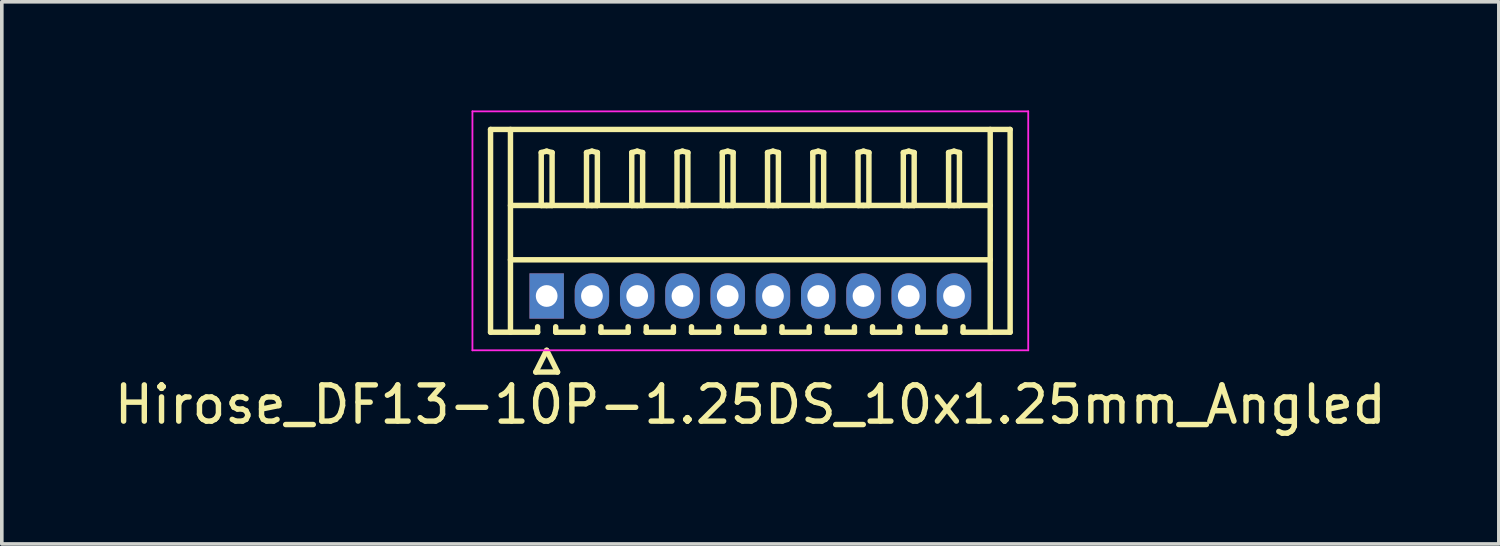
<source format=kicad_pcb>
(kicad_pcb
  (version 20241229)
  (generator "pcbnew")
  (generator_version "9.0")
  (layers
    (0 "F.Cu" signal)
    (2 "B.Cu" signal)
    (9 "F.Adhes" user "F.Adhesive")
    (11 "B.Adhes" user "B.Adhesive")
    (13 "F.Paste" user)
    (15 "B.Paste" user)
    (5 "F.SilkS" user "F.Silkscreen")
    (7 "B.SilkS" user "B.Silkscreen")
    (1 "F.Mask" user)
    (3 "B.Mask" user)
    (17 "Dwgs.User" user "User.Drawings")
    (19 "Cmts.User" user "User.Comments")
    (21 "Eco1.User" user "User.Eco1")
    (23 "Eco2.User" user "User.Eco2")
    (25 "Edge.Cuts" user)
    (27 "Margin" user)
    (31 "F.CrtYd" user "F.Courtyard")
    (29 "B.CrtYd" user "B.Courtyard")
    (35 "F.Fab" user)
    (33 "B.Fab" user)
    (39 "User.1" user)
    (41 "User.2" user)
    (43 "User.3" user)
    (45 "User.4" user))
  (footprint "Hirose_DF13-10P-1.25DS_10x1.25mm_Angled"
    (layer "F.Cu")
    (at 12.048 5.125)
    (property "Reference" "Hirose_DF13-10P-1.25DS_10x1.25mm_Angled" (at 5.625 3 0) (layer "F.SilkS") (effects (font (size 1 1) (thickness 0.15))))
    (attr through_hole)
    (fp_line (start -1.55 -4.6) (end 12.8 -4.6) (stroke (width 0.15) (type solid)) (layer "F.SilkS"))
    (fp_line (start -1.55 1) (end -1.55 -4.6) (stroke (width 0.15) (type solid)) (layer "F.SilkS"))
    (fp_line (start -1 -4.6) (end -1 1) (stroke (width 0.15) (type solid)) (layer "F.SilkS"))
    (fp_line (start -1 -2.5) (end 12.25 -2.5) (stroke (width 0.15) (type solid)) (layer "F.SilkS"))
    (fp_line (start -1 -1) (end 12.25 -1) (stroke (width 0.15) (type solid)) (layer "F.SilkS"))
    (fp_line (start -0.3 2.1) (end 0.3 2.1) (stroke (width 0.15) (type solid)) (layer "F.SilkS"))
    (fp_line (start -0.25 0.85) (end -0.25 1) (stroke (width 0.15) (type solid)) (layer "F.SilkS"))
    (fp_line (start -0.25 1) (end -1.55 1) (stroke (width 0.15) (type solid)) (layer "F.SilkS"))
    (fp_line (start -0.15 -3.962) (end 0 -4) (stroke (width 0.15) (type solid)) (layer "F.SilkS"))
    (fp_line (start -0.15 -2.5) (end -0.15 -3.962) (stroke (width 0.15) (type solid)) (layer "F.SilkS"))
    (fp_line (start 0 -4) (end 0.15 -3.962) (stroke (width 0.15) (type solid)) (layer "F.SilkS"))
    (fp_line (start 0 -2.5) (end -0.15 -2.5) (stroke (width 0.15) (type solid)) (layer "F.SilkS"))
    (fp_line (start 0 1.5) (end -0.3 2.1) (stroke (width 0.15) (type solid)) (layer "F.SilkS"))
    (fp_line (start 0.15 -3.962) (end 0.15 -2.5) (stroke (width 0.15) (type solid)) (layer "F.SilkS"))
    (fp_line (start 0.15 -2.5) (end 0 -2.5) (stroke (width 0.15) (type solid)) (layer "F.SilkS"))
    (fp_line (start 0.25 0.85) (end 0.25 1) (stroke (width 0.15) (type solid)) (layer "F.SilkS"))
    (fp_line (start 0.25 1) (end 1 1) (stroke (width 0.15) (type solid)) (layer "F.SilkS"))
    (fp_line (start 0.3 2.1) (end 0 1.5) (stroke (width 0.15) (type solid)) (layer "F.SilkS"))
    (fp_line (start 1 1) (end 1 0.85) (stroke (width 0.15) (type solid)) (layer "F.SilkS"))
    (fp_line (start 1.1 -3.962) (end 1.25 -4) (stroke (width 0.15) (type solid)) (layer "F.SilkS"))
    (fp_line (start 1.1 -2.5) (end 1.1 -3.962) (stroke (width 0.15) (type solid)) (layer "F.SilkS"))
    (fp_line (start 1.25 -4) (end 1.4 -3.962) (stroke (width 0.15) (type solid)) (layer "F.SilkS"))
    (fp_line (start 1.25 -2.5) (end 1.1 -2.5) (stroke (width 0.15) (type solid)) (layer "F.SilkS"))
    (fp_line (start 1.4 -3.962) (end 1.4 -2.5) (stroke (width 0.15) (type solid)) (layer "F.SilkS"))
    (fp_line (start 1.4 -2.5) (end 1.25 -2.5) (stroke (width 0.15) (type solid)) (layer "F.SilkS"))
    (fp_line (start 1.5 0.85) (end 1.5 1) (stroke (width 0.15) (type solid)) (layer "F.SilkS"))
    (fp_line (start 1.5 1) (end 2.25 1) (stroke (width 0.15) (type solid)) (layer "F.SilkS"))
    (fp_line (start 2.25 1) (end 2.25 0.85) (stroke (width 0.15) (type solid)) (layer "F.SilkS"))
    (fp_line (start 2.35 -3.962) (end 2.5 -4) (stroke (width 0.15) (type solid)) (layer "F.SilkS"))
    (fp_line (start 2.35 -2.5) (end 2.35 -3.962) (stroke (width 0.15) (type solid)) (layer "F.SilkS"))
    (fp_line (start 2.5 -4) (end 2.65 -3.962) (stroke (width 0.15) (type solid)) (layer "F.SilkS"))
    (fp_line (start 2.5 -2.5) (end 2.35 -2.5) (stroke (width 0.15) (type solid)) (layer "F.SilkS"))
    (fp_line (start 2.65 -3.962) (end 2.65 -2.5) (stroke (width 0.15) (type solid)) (layer "F.SilkS"))
    (fp_line (start 2.65 -2.5) (end 2.5 -2.5) (stroke (width 0.15) (type solid)) (layer "F.SilkS"))
    (fp_line (start 2.75 0.85) (end 2.75 1) (stroke (width 0.15) (type solid)) (layer "F.SilkS"))
    (fp_line (start 2.75 1) (end 3.5 1) (stroke (width 0.15) (type solid)) (layer "F.SilkS"))
    (fp_line (start 3.5 1) (end 3.5 0.85) (stroke (width 0.15) (type solid)) (layer "F.SilkS"))
    (fp_line (start 3.6 -3.962) (end 3.75 -4) (stroke (width 0.15) (type solid)) (layer "F.SilkS"))
    (fp_line (start 3.6 -2.5) (end 3.6 -3.962) (stroke (width 0.15) (type solid)) (layer "F.SilkS"))
    (fp_line (start 3.75 -4) (end 3.9 -3.962) (stroke (width 0.15) (type solid)) (layer "F.SilkS"))
    (fp_line (start 3.75 -2.5) (end 3.6 -2.5) (stroke (width 0.15) (type solid)) (layer "F.SilkS"))
    (fp_line (start 3.9 -3.962) (end 3.9 -2.5) (stroke (width 0.15) (type solid)) (layer "F.SilkS"))
    (fp_line (start 3.9 -2.5) (end 3.75 -2.5) (stroke (width 0.15) (type solid)) (layer "F.SilkS"))
    (fp_line (start 4 0.85) (end 4 1) (stroke (width 0.15) (type solid)) (layer "F.SilkS"))
    (fp_line (start 4 1) (end 4.75 1) (stroke (width 0.15) (type solid)) (layer "F.SilkS"))
    (fp_line (start 4.75 1) (end 4.75 0.85) (stroke (width 0.15) (type solid)) (layer "F.SilkS"))
    (fp_line (start 4.85 -3.962) (end 5 -4) (stroke (width 0.15) (type solid)) (layer "F.SilkS"))
    (fp_line (start 4.85 -2.5) (end 4.85 -3.962) (stroke (width 0.15) (type solid)) (layer "F.SilkS"))
    (fp_line (start 5 -4) (end 5.15 -3.962) (stroke (width 0.15) (type solid)) (layer "F.SilkS"))
    (fp_line (start 5 -2.5) (end 4.85 -2.5) (stroke (width 0.15) (type solid)) (layer "F.SilkS"))
    (fp_line (start 5.15 -3.962) (end 5.15 -2.5) (stroke (width 0.15) (type solid)) (layer "F.SilkS"))
    (fp_line (start 5.15 -2.5) (end 5 -2.5) (stroke (width 0.15) (type solid)) (layer "F.SilkS"))
    (fp_line (start 5.25 0.85) (end 5.25 1) (stroke (width 0.15) (type solid)) (layer "F.SilkS"))
    (fp_line (start 5.25 1) (end 6 1) (stroke (width 0.15) (type solid)) (layer "F.SilkS"))
    (fp_line (start 6 1) (end 6 0.85) (stroke (width 0.15) (type solid)) (layer "F.SilkS"))
    (fp_line (start 6.1 -3.962) (end 6.25 -4) (stroke (width 0.15) (type solid)) (layer "F.SilkS"))
    (fp_line (start 6.1 -2.5) (end 6.1 -3.962) (stroke (width 0.15) (type solid)) (layer "F.SilkS"))
    (fp_line (start 6.25 -4) (end 6.4 -3.962) (stroke (width 0.15) (type solid)) (layer "F.SilkS"))
    (fp_line (start 6.25 -2.5) (end 6.1 -2.5) (stroke (width 0.15) (type solid)) (layer "F.SilkS"))
    (fp_line (start 6.4 -3.962) (end 6.4 -2.5) (stroke (width 0.15) (type solid)) (layer "F.SilkS"))
    (fp_line (start 6.4 -2.5) (end 6.25 -2.5) (stroke (width 0.15) (type solid)) (layer "F.SilkS"))
    (fp_line (start 6.5 0.85) (end 6.5 1) (stroke (width 0.15) (type solid)) (layer "F.SilkS"))
    (fp_line (start 6.5 1) (end 7.25 1) (stroke (width 0.15) (type solid)) (layer "F.SilkS"))
    (fp_line (start 7.25 1) (end 7.25 0.85) (stroke (width 0.15) (type solid)) (layer "F.SilkS"))
    (fp_line (start 7.35 -3.962) (end 7.5 -4) (stroke (width 0.15) (type solid)) (layer "F.SilkS"))
    (fp_line (start 7.35 -2.5) (end 7.35 -3.962) (stroke (width 0.15) (type solid)) (layer "F.SilkS"))
    (fp_line (start 7.5 -4) (end 7.65 -3.962) (stroke (width 0.15) (type solid)) (layer "F.SilkS"))
    (fp_line (start 7.5 -2.5) (end 7.35 -2.5) (stroke (width 0.15) (type solid)) (layer "F.SilkS"))
    (fp_line (start 7.65 -3.962) (end 7.65 -2.5) (stroke (width 0.15) (type solid)) (layer "F.SilkS"))
    (fp_line (start 7.65 -2.5) (end 7.5 -2.5) (stroke (width 0.15) (type solid)) (layer "F.SilkS"))
    (fp_line (start 7.75 0.85) (end 7.75 1) (stroke (width 0.15) (type solid)) (layer "F.SilkS"))
    (fp_line (start 7.75 1) (end 8.5 1) (stroke (width 0.15) (type solid)) (layer "F.SilkS"))
    (fp_line (start 8.5 1) (end 8.5 0.85) (stroke (width 0.15) (type solid)) (layer "F.SilkS"))
    (fp_line (start 8.6 -3.962) (end 8.75 -4) (stroke (width 0.15) (type solid)) (layer "F.SilkS"))
    (fp_line (start 8.6 -2.5) (end 8.6 -3.962) (stroke (width 0.15) (type solid)) (layer "F.SilkS"))
    (fp_line (start 8.75 -4) (end 8.9 -3.962) (stroke (width 0.15) (type solid)) (layer "F.SilkS"))
    (fp_line (start 8.75 -2.5) (end 8.6 -2.5) (stroke (width 0.15) (type solid)) (layer "F.SilkS"))
    (fp_line (start 8.9 -3.962) (end 8.9 -2.5) (stroke (width 0.15) (type solid)) (layer "F.SilkS"))
    (fp_line (start 8.9 -2.5) (end 8.75 -2.5) (stroke (width 0.15) (type solid)) (layer "F.SilkS"))
    (fp_line (start 9 0.85) (end 9 1) (stroke (width 0.15) (type solid)) (layer "F.SilkS"))
    (fp_line (start 9 1) (end 9.75 1) (stroke (width 0.15) (type solid)) (layer "F.SilkS"))
    (fp_line (start 9.75 1) (end 9.75 0.85) (stroke (width 0.15) (type solid)) (layer "F.SilkS"))
    (fp_line (start 9.85 -3.962) (end 10 -4) (stroke (width 0.15) (type solid)) (layer "F.SilkS"))
    (fp_line (start 9.85 -2.5) (end 9.85 -3.962) (stroke (width 0.15) (type solid)) (layer "F.SilkS"))
    (fp_line (start 10 -4) (end 10.15 -3.962) (stroke (width 0.15) (type solid)) (layer "F.SilkS"))
    (fp_line (start 10 -2.5) (end 9.85 -2.5) (stroke (width 0.15) (type solid)) (layer "F.SilkS"))
    (fp_line (start 10.15 -3.962) (end 10.15 -2.5) (stroke (width 0.15) (type solid)) (layer "F.SilkS"))
    (fp_line (start 10.15 -2.5) (end 10 -2.5) (stroke (width 0.15) (type solid)) (layer "F.SilkS"))
    (fp_line (start 10.25 0.85) (end 10.25 1) (stroke (width 0.15) (type solid)) (layer "F.SilkS"))
    (fp_line (start 10.25 1) (end 11 1) (stroke (width 0.15) (type solid)) (layer "F.SilkS"))
    (fp_line (start 11 1) (end 11 0.85) (stroke (width 0.15) (type solid)) (layer "F.SilkS"))
    (fp_line (start 11.1 -3.962) (end 11.25 -4) (stroke (width 0.15) (type solid)) (layer "F.SilkS"))
    (fp_line (start 11.1 -2.5) (end 11.1 -3.962) (stroke (width 0.15) (type solid)) (layer "F.SilkS"))
    (fp_line (start 11.25 -4) (end 11.4 -3.962) (stroke (width 0.15) (type solid)) (layer "F.SilkS"))
    (fp_line (start 11.25 -2.5) (end 11.1 -2.5) (stroke (width 0.15) (type solid)) (layer "F.SilkS"))
    (fp_line (start 11.4 -3.962) (end 11.4 -2.5) (stroke (width 0.15) (type solid)) (layer "F.SilkS"))
    (fp_line (start 11.4 -2.5) (end 11.25 -2.5) (stroke (width 0.15) (type solid)) (layer "F.SilkS"))
    (fp_line (start 11.5 1) (end 11.5 0.85) (stroke (width 0.15) (type solid)) (layer "F.SilkS"))
    (fp_line (start 12.25 -4.6) (end 12.25 1) (stroke (width 0.15) (type solid)) (layer "F.SilkS"))
    (fp_line (start 12.8 -4.6) (end 12.8 1) (stroke (width 0.15) (type solid)) (layer "F.SilkS"))
    (fp_line (start 12.8 1) (end 11.5 1) (stroke (width 0.15) (type solid)) (layer "F.SilkS"))
    (fp_line (start -2.05 -5.1) (end -2.05 1.5) (stroke (width 0.05) (type solid)) (layer "F.CrtYd"))
    (fp_line (start -2.05 1.5) (end 13.3 1.5) (stroke (width 0.05) (type solid)) (layer "F.CrtYd"))
    (fp_line (start 13.3 -5.1) (end -2.05 -5.1) (stroke (width 0.05) (type solid)) (layer "F.CrtYd"))
    (fp_line (start 13.3 1.5) (end 13.3 -5.1) (stroke (width 0.05) (type solid)) (layer "F.CrtYd"))
    (pad "1" thru_hole rect (at 0 0) (size 0.95 1.25) (drill 0.6) (layers "*.Cu" "*.Mask"))
    (pad "2" thru_hole oval (at 1.25 0) (size 0.95 1.25) (drill 0.6) (layers "*.Cu" "*.Mask"))
    (pad "3" thru_hole oval (at 2.5 0) (size 0.95 1.25) (drill 0.6) (layers "*.Cu" "*.Mask"))
    (pad "4" thru_hole oval (at 3.75 0) (size 0.95 1.25) (drill 0.6) (layers "*.Cu" "*.Mask"))
    (pad "5" thru_hole oval (at 5 0) (size 0.95 1.25) (drill 0.6) (layers "*.Cu" "*.Mask"))
    (pad "6" thru_hole oval (at 6.25 0) (size 0.95 1.25) (drill 0.6) (layers "*.Cu" "*.Mask"))
    (pad "7" thru_hole oval (at 7.5 0) (size 0.95 1.25) (drill 0.6) (layers "*.Cu" "*.Mask"))
    (pad "8" thru_hole oval (at 8.75 0) (size 0.95 1.25) (drill 0.6) (layers "*.Cu" "*.Mask"))
    (pad "9" thru_hole oval (at 10 0) (size 0.95 1.25) (drill 0.6) (layers "*.Cu" "*.Mask"))
    (pad "10" thru_hole oval (at 11.25 0) (size 0.95 1.25) (drill 0.6) (layers "*.Cu" "*.Mask")))
  (gr_rect
    (start -3 -3)
    (end 38.345 11.973)
    (stroke (width 0.1) (type default))
    (fill no)
    (layer "Edge.Cuts")))
</source>
